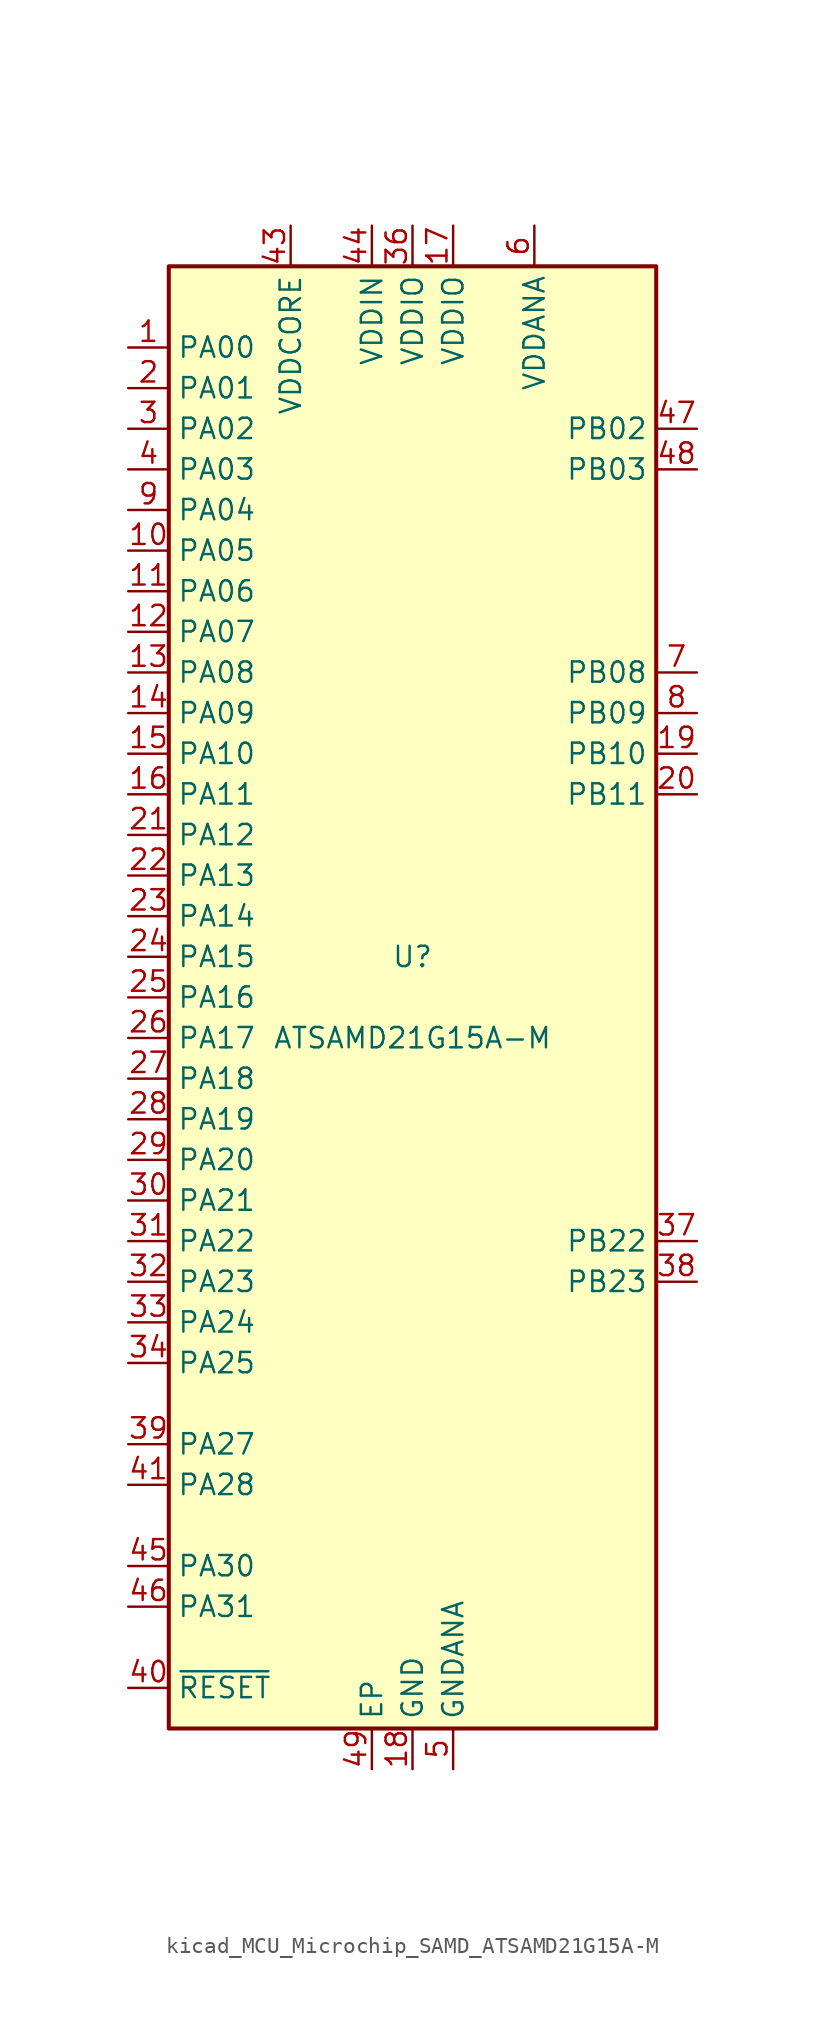
<source format=kicad_sym>
(kicad_symbol_lib
  (version 20220914)
  (generator kicad_symbol_editor)
  (symbol "kicad_MCU_Microchip_SAMD_ATSAMD21G15A-M"
    (property "Reference" "U"
      (at 0 2.54 0)
      (effects (font (size 1.27 1.27))))
    (property "Value" "ATSAMD21G15A-M"
      (at 0 -2.54 0)
      (effects (font (size 1.27 1.27))))
    (symbol "kicad_MCU_Microchip_SAMD_ATSAMD21G15A-M_0_1"
      (rectangle (start -15.24 45.72) (end 15.24 -45.72) (stroke (width 0.254) (type default)) (fill (type background))))
    (symbol "kicad_MCU_Microchip_SAMD_ATSAMD21G15A-M_1_1"
      (pin bidirectional line (at -17.78 40.64 0) (length 2.54) (name "PA00" (effects (font (size 1.27 1.27)))) (number "1" (effects (font (size 1.27 1.27)))))
      (pin bidirectional line (at -17.78 27.94 0) (length 2.54) (name "PA05" (effects (font (size 1.27 1.27)))) (number "10" (effects (font (size 1.27 1.27)))))
      (pin bidirectional line (at -17.78 25.4 0) (length 2.54) (name "PA06" (effects (font (size 1.27 1.27)))) (number "11" (effects (font (size 1.27 1.27)))))
      (pin bidirectional line (at -17.78 22.86 0) (length 2.54) (name "PA07" (effects (font (size 1.27 1.27)))) (number "12" (effects (font (size 1.27 1.27)))))
      (pin bidirectional line (at -17.78 20.32 0) (length 2.54) (name "PA08" (effects (font (size 1.27 1.27)))) (number "13" (effects (font (size 1.27 1.27)))))
      (pin bidirectional line (at -17.78 17.78 0) (length 2.54) (name "PA09" (effects (font (size 1.27 1.27)))) (number "14" (effects (font (size 1.27 1.27)))))
      (pin bidirectional line (at -17.78 15.24 0) (length 2.54) (name "PA10" (effects (font (size 1.27 1.27)))) (number "15" (effects (font (size 1.27 1.27)))))
      (pin bidirectional line (at -17.78 12.7 0) (length 2.54) (name "PA11" (effects (font (size 1.27 1.27)))) (number "16" (effects (font (size 1.27 1.27)))))
      (pin power_in line (at 2.54 48.26 270) (length 2.54) (name "VDDIO" (effects (font (size 1.27 1.27)))) (number "17" (effects (font (size 1.27 1.27)))))
      (pin power_in line (at 0 -48.26 90) (length 2.54) (name "GND" (effects (font (size 1.27 1.27)))) (number "18" (effects (font (size 1.27 1.27)))))
      (pin bidirectional line (at 17.78 15.24 180) (length 2.54) (name "PB10" (effects (font (size 1.27 1.27)))) (number "19" (effects (font (size 1.27 1.27)))))
      (pin bidirectional line (at -17.78 38.1 0) (length 2.54) (name "PA01" (effects (font (size 1.27 1.27)))) (number "2" (effects (font (size 1.27 1.27)))))
      (pin bidirectional line (at 17.78 12.7 180) (length 2.54) (name "PB11" (effects (font (size 1.27 1.27)))) (number "20" (effects (font (size 1.27 1.27)))))
      (pin bidirectional line (at -17.78 10.16 0) (length 2.54) (name "PA12" (effects (font (size 1.27 1.27)))) (number "21" (effects (font (size 1.27 1.27)))))
      (pin bidirectional line (at -17.78 7.62 0) (length 2.54) (name "PA13" (effects (font (size 1.27 1.27)))) (number "22" (effects (font (size 1.27 1.27)))))
      (pin bidirectional line (at -17.78 5.08 0) (length 2.54) (name "PA14" (effects (font (size 1.27 1.27)))) (number "23" (effects (font (size 1.27 1.27)))))
      (pin bidirectional line (at -17.78 2.54 0) (length 2.54) (name "PA15" (effects (font (size 1.27 1.27)))) (number "24" (effects (font (size 1.27 1.27)))))
      (pin bidirectional line (at -17.78 0 0) (length 2.54) (name "PA16" (effects (font (size 1.27 1.27)))) (number "25" (effects (font (size 1.27 1.27)))))
      (pin bidirectional line (at -17.78 -2.54 0) (length 2.54) (name "PA17" (effects (font (size 1.27 1.27)))) (number "26" (effects (font (size 1.27 1.27)))))
      (pin bidirectional line (at -17.78 -5.08 0) (length 2.54) (name "PA18" (effects (font (size 1.27 1.27)))) (number "27" (effects (font (size 1.27 1.27)))))
      (pin bidirectional line (at -17.78 -7.62 0) (length 2.54) (name "PA19" (effects (font (size 1.27 1.27)))) (number "28" (effects (font (size 1.27 1.27)))))
      (pin bidirectional line (at -17.78 -10.16 0) (length 2.54) (name "PA20" (effects (font (size 1.27 1.27)))) (number "29" (effects (font (size 1.27 1.27)))))
      (pin bidirectional line (at -17.78 35.56 0) (length 2.54) (name "PA02" (effects (font (size 1.27 1.27)))) (number "3" (effects (font (size 1.27 1.27)))))
      (pin bidirectional line (at -17.78 -12.7 0) (length 2.54) (name "PA21" (effects (font (size 1.27 1.27)))) (number "30" (effects (font (size 1.27 1.27)))))
      (pin bidirectional line (at -17.78 -15.24 0) (length 2.54) (name "PA22" (effects (font (size 1.27 1.27)))) (number "31" (effects (font (size 1.27 1.27)))))
      (pin bidirectional line (at -17.78 -17.78 0) (length 2.54) (name "PA23" (effects (font (size 1.27 1.27)))) (number "32" (effects (font (size 1.27 1.27)))))
      (pin bidirectional line (at -17.78 -20.32 0) (length 2.54) (name "PA24" (effects (font (size 1.27 1.27)))) (number "33" (effects (font (size 1.27 1.27)))))
      (pin bidirectional line (at -17.78 -22.86 0) (length 2.54) (name "PA25" (effects (font (size 1.27 1.27)))) (number "34" (effects (font (size 1.27 1.27)))))
      (pin passive line (at 0 -48.26 90) (length 2.54) hide (name "GND" (effects (font (size 1.27 1.27)))) (number "35" (effects (font (size 1.27 1.27)))))
      (pin power_in line (at 0 48.26 270) (length 2.54) (name "VDDIO" (effects (font (size 1.27 1.27)))) (number "36" (effects (font (size 1.27 1.27)))))
      (pin bidirectional line (at 17.78 -15.24 180) (length 2.54) (name "PB22" (effects (font (size 1.27 1.27)))) (number "37" (effects (font (size 1.27 1.27)))))
      (pin bidirectional line (at 17.78 -17.78 180) (length 2.54) (name "PB23" (effects (font (size 1.27 1.27)))) (number "38" (effects (font (size 1.27 1.27)))))
      (pin bidirectional line (at -17.78 -27.94 0) (length 2.54) (name "PA27" (effects (font (size 1.27 1.27)))) (number "39" (effects (font (size 1.27 1.27)))))
      (pin bidirectional line (at -17.78 33.02 0) (length 2.54) (name "PA03" (effects (font (size 1.27 1.27)))) (number "4" (effects (font (size 1.27 1.27)))))
      (pin input line (at -17.78 -43.18 0) (length 2.54) (name "~{RESET}" (effects (font (size 1.27 1.27)))) (number "40" (effects (font (size 1.27 1.27)))))
      (pin bidirectional line (at -17.78 -30.48 0) (length 2.54) (name "PA28" (effects (font (size 1.27 1.27)))) (number "41" (effects (font (size 1.27 1.27)))))
      (pin passive line (at 0 -48.26 90) (length 2.54) hide (name "GND" (effects (font (size 1.27 1.27)))) (number "42" (effects (font (size 1.27 1.27)))))
      (pin power_out line (at -7.62 48.26 270) (length 2.54) (name "VDDCORE" (effects (font (size 1.27 1.27)))) (number "43" (effects (font (size 1.27 1.27)))))
      (pin power_in line (at -2.54 48.26 270) (length 2.54) (name "VDDIN" (effects (font (size 1.27 1.27)))) (number "44" (effects (font (size 1.27 1.27)))))
      (pin bidirectional line (at -17.78 -35.56 0) (length 2.54) (name "PA30" (effects (font (size 1.27 1.27)))) (number "45" (effects (font (size 1.27 1.27)))))
      (pin bidirectional line (at -17.78 -38.1 0) (length 2.54) (name "PA31" (effects (font (size 1.27 1.27)))) (number "46" (effects (font (size 1.27 1.27)))))
      (pin bidirectional line (at 17.78 35.56 180) (length 2.54) (name "PB02" (effects (font (size 1.27 1.27)))) (number "47" (effects (font (size 1.27 1.27)))))
      (pin bidirectional line (at 17.78 33.02 180) (length 2.54) (name "PB03" (effects (font (size 1.27 1.27)))) (number "48" (effects (font (size 1.27 1.27)))))
      (pin passive line (at -2.54 -48.26 90) (length 2.54) (name "EP" (effects (font (size 1.27 1.27)))) (number "49" (effects (font (size 1.27 1.27)))))
      (pin power_in line (at 2.54 -48.26 90) (length 2.54) (name "GNDANA" (effects (font (size 1.27 1.27)))) (number "5" (effects (font (size 1.27 1.27)))))
      (pin power_in line (at 7.62 48.26 270) (length 2.54) (name "VDDANA" (effects (font (size 1.27 1.27)))) (number "6" (effects (font (size 1.27 1.27)))))
      (pin bidirectional line (at 17.78 20.32 180) (length 2.54) (name "PB08" (effects (font (size 1.27 1.27)))) (number "7" (effects (font (size 1.27 1.27)))))
      (pin bidirectional line (at 17.78 17.78 180) (length 2.54) (name "PB09" (effects (font (size 1.27 1.27)))) (number "8" (effects (font (size 1.27 1.27)))))
      (pin bidirectional line (at -17.78 30.48 0) (length 2.54) (name "PA04" (effects (font (size 1.27 1.27)))) (number "9" (effects (font (size 1.27 1.27))))))))
</source>
